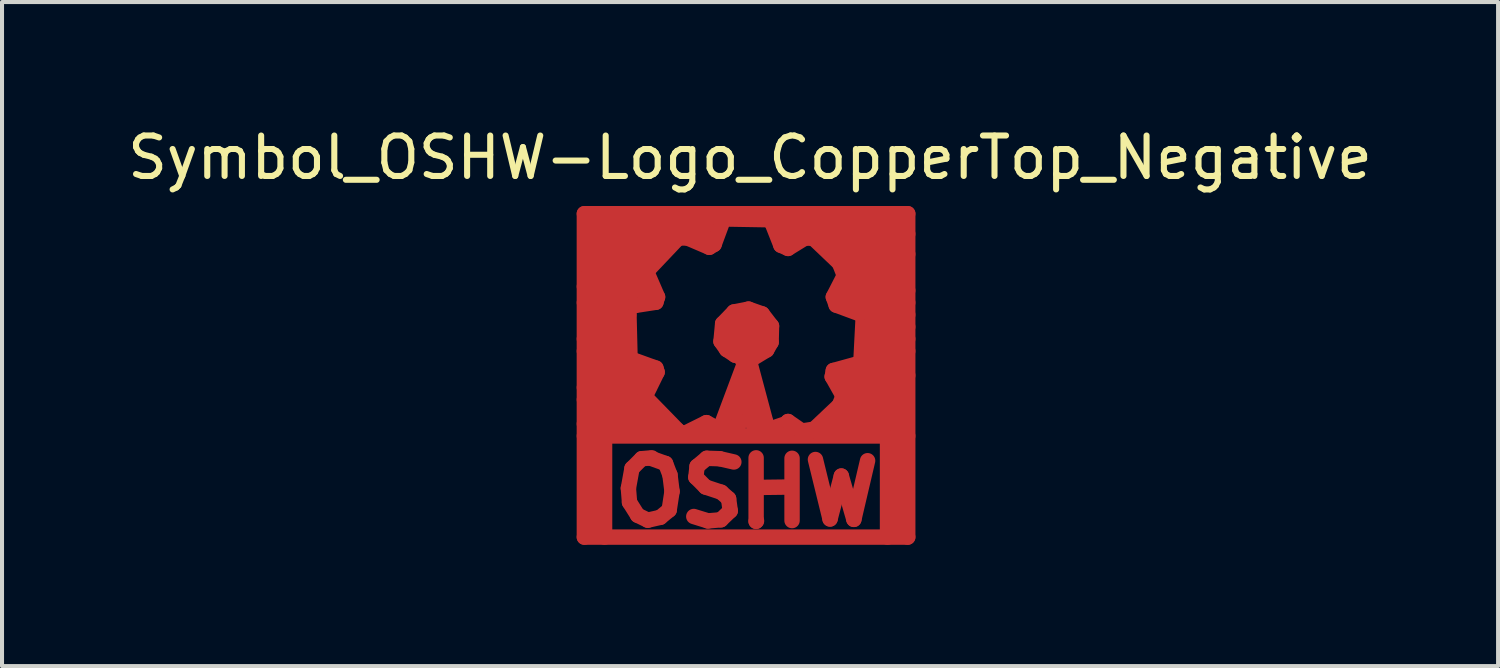
<source format=kicad_pcb>
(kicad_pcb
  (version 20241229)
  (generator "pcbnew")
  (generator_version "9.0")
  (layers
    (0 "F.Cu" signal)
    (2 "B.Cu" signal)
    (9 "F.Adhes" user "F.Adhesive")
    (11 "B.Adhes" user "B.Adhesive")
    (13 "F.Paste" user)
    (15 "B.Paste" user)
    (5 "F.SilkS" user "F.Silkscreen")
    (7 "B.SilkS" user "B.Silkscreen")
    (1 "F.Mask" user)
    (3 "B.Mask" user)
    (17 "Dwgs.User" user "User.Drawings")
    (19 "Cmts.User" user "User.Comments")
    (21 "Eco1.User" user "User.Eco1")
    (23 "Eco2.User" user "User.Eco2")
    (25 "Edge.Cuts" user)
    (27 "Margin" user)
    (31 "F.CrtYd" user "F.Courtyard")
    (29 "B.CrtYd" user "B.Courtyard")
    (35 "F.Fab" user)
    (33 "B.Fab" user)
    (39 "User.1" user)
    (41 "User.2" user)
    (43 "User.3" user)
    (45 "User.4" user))
  (footprint "Symbol_OSHW-Logo_CopperTop_Negative"
    (layer "F.Cu")
    (at 15.407 5.237)
    (property "Reference" "Symbol_OSHW-Logo_CopperTop_Negative" (at 0.099 -4.389 0) (layer "F.SilkS") (effects (font (size 1 1) (thickness 0.15))))
    (attr through_hole)
    (fp_line (start -4 -3) (end 4 -3) (stroke (width 0.381) (type solid)) (layer "F.Cu"))
    (fp_line (start -4 -1.199) (end -2.601 -1.199) (stroke (width 0.381) (type solid)) (layer "F.Cu"))
    (fp_line (start -4 -0.8) (end -2.499 -0.8) (stroke (width 0.381) (type solid)) (layer "F.Cu"))
    (fp_line (start -4 0.399) (end -3 0.399) (stroke (width 0.381) (type solid)) (layer "F.Cu"))
    (fp_line (start -4 1.6) (end -2.499 1.6) (stroke (width 0.381) (type solid)) (layer "F.Cu"))
    (fp_line (start -4 2.2) (end -1.999 2.2) (stroke (width 0.381) (type solid)) (layer "F.Cu"))
    (fp_line (start -4 2.499) (end 4 2.499) (stroke (width 0.381) (type solid)) (layer "F.Cu"))
    (fp_line (start -4 5.001) (end -4 -3) (stroke (width 0.381) (type solid)) (layer "F.Cu"))
    (fp_line (start -3.899 -2.4) (end -0.899 -2.4) (stroke (width 0.381) (type solid)) (layer "F.Cu"))
    (fp_line (start -3.899 -1.801) (end -2.499 -1.801) (stroke (width 0.381) (type solid)) (layer "F.Cu"))
    (fp_line (start -3.899 -0.201) (end -3 -0.201) (stroke (width 0.381) (type solid)) (layer "F.Cu"))
    (fp_line (start -3.899 1.001) (end -2.499 1.001) (stroke (width 0.381) (type solid)) (layer "F.Cu"))
    (fp_line (start -3.8 2.499) (end -3.8 4.801) (stroke (width 0.381) (type solid)) (layer "F.Cu"))
    (fp_line (start -3.5 2.499) (end -3.5 5.001) (stroke (width 0.381) (type solid)) (layer "F.Cu"))
    (fp_line (start -3 0.099) (end -4 0.099) (stroke (width 0.381) (type solid)) (layer "F.Cu"))
    (fp_line (start -2.911 3.792) (end -2.883 4.14) (stroke (width 0.381) (type solid)) (layer "F.Cu"))
    (fp_line (start -2.901 -0.671) (end -2.87 0.589) (stroke (width 0.381) (type solid)) (layer "F.Cu"))
    (fp_line (start -2.901 -0.5) (end -3.899 -0.5) (stroke (width 0.381) (type solid)) (layer "F.Cu"))
    (fp_line (start -2.883 4.14) (end -2.682 4.46) (stroke (width 0.381) (type solid)) (layer "F.Cu"))
    (fp_line (start -2.87 0.589) (end -2.23 0.82) (stroke (width 0.381) (type solid)) (layer "F.Cu"))
    (fp_line (start -2.822 3.302) (end -2.911 3.792) (stroke (width 0.381) (type solid)) (layer "F.Cu"))
    (fp_line (start -2.799 0.701) (end -3.899 0.701) (stroke (width 0.381) (type solid)) (layer "F.Cu"))
    (fp_line (start -2.751 -0.729) (end -2.901 -0.671) (stroke (width 0.381) (type solid)) (layer "F.Cu"))
    (fp_line (start -2.682 4.46) (end -2.431 4.582) (stroke (width 0.381) (type solid)) (layer "F.Cu"))
    (fp_line (start -2.581 3.061) (end -2.822 3.302) (stroke (width 0.381) (type solid)) (layer "F.Cu"))
    (fp_line (start -2.499 -1.501) (end -3.899 -1.501) (stroke (width 0.381) (type solid)) (layer "F.Cu"))
    (fp_line (start -2.499 1.529) (end -1.679 2.37) (stroke (width 0.381) (type solid)) (layer "F.Cu"))
    (fp_line (start -2.461 -1.57) (end -2.189 -0.94) (stroke (width 0.381) (type solid)) (layer "F.Cu"))
    (fp_line (start -2.431 4.582) (end -2.121 4.511) (stroke (width 0.381) (type solid)) (layer "F.Cu"))
    (fp_line (start -2.4 -1.1) (end -3.899 -1.1) (stroke (width 0.381) (type solid)) (layer "F.Cu"))
    (fp_line (start -2.4 1.3) (end -4 1.3) (stroke (width 0.381) (type solid)) (layer "F.Cu"))
    (fp_line (start -2.332 3.04) (end -2.581 3.061) (stroke (width 0.381) (type solid)) (layer "F.Cu"))
    (fp_line (start -2.301 1.9) (end -3.899 1.9) (stroke (width 0.381) (type solid)) (layer "F.Cu"))
    (fp_line (start -2.23 -0.81) (end -2.751 -0.729) (stroke (width 0.381) (type solid)) (layer "F.Cu"))
    (fp_line (start -2.23 0.82) (end -2.2 0.919) (stroke (width 0.381) (type solid)) (layer "F.Cu"))
    (fp_line (start -2.2 0.919) (end -2.499 1.529) (stroke (width 0.381) (type solid)) (layer "F.Cu"))
    (fp_line (start -2.189 -0.94) (end -2.23 -0.81) (stroke (width 0.381) (type solid)) (layer "F.Cu"))
    (fp_line (start -2.121 4.511) (end -1.902 4.331) (stroke (width 0.381) (type solid)) (layer "F.Cu"))
    (fp_line (start -1.999 -2.101) (end -3.8 -2.101) (stroke (width 0.381) (type solid)) (layer "F.Cu"))
    (fp_line (start -1.991 3.18) (end -2.352 3.051) (stroke (width 0.381) (type solid)) (layer "F.Cu"))
    (fp_line (start -1.902 4.331) (end -1.831 3.871) (stroke (width 0.381) (type solid)) (layer "F.Cu"))
    (fp_line (start -1.882 3.462) (end -1.991 3.18) (stroke (width 0.381) (type solid)) (layer "F.Cu"))
    (fp_line (start -1.831 3.871) (end -1.882 3.462) (stroke (width 0.381) (type solid)) (layer "F.Cu"))
    (fp_line (start -1.679 2.37) (end -1.57 2.461) (stroke (width 0.381) (type solid)) (layer "F.Cu"))
    (fp_line (start -1.61 -2.469) (end -2.461 -1.57) (stroke (width 0.381) (type solid)) (layer "F.Cu"))
    (fp_line (start -1.57 2.461) (end -0.98 2.169) (stroke (width 0.381) (type solid)) (layer "F.Cu"))
    (fp_line (start -1.242 3.52) (end -1.001 3.762) (stroke (width 0.381) (type solid)) (layer "F.Cu"))
    (fp_line (start -1.212 3.251) (end -1.242 3.52) (stroke (width 0.381) (type solid)) (layer "F.Cu"))
    (fp_line (start -1.001 3.762) (end -0.612 3.891) (stroke (width 0.381) (type solid)) (layer "F.Cu"))
    (fp_line (start -0.98 2.169) (end -0.719 2.309) (stroke (width 0.381) (type solid)) (layer "F.Cu"))
    (fp_line (start -0.973 3.051) (end -1.212 3.251) (stroke (width 0.381) (type solid)) (layer "F.Cu"))
    (fp_line (start -0.942 4.6) (end -1.293 4.491) (stroke (width 0.381) (type solid)) (layer "F.Cu"))
    (fp_line (start -0.909 -2.169) (end -1.61 -2.469) (stroke (width 0.381) (type solid)) (layer "F.Cu"))
    (fp_line (start -0.79 -2.24) (end -0.909 -2.169) (stroke (width 0.381) (type solid)) (layer "F.Cu"))
    (fp_line (start -0.719 2.309) (end -0.49 2.309) (stroke (width 0.381) (type solid)) (layer "F.Cu"))
    (fp_line (start -0.701 -2.7) (end -3.899 -2.7) (stroke (width 0.381) (type solid)) (layer "F.Cu"))
    (fp_line (start -0.653 3.061) (end -0.973 3.051) (stroke (width 0.381) (type solid)) (layer "F.Cu"))
    (fp_line (start -0.622 4.572) (end -0.942 4.6) (stroke (width 0.381) (type solid)) (layer "F.Cu"))
    (fp_line (start -0.62 0.16) (end -0.579 -0.279) (stroke (width 0.381) (type solid)) (layer "F.Cu"))
    (fp_line (start -0.612 3.891) (end -0.432 4.051) (stroke (width 0.381) (type solid)) (layer "F.Cu"))
    (fp_line (start -0.579 -0.279) (end -0.3 -0.569) (stroke (width 0.381) (type solid)) (layer "F.Cu"))
    (fp_line (start -0.541 -2.911) (end -0.79 -2.24) (stroke (width 0.381) (type solid)) (layer "F.Cu"))
    (fp_line (start -0.49 2.309) (end 0.051 0.8) (stroke (width 0.381) (type solid)) (layer "F.Cu"))
    (fp_line (start -0.48 0.361) (end -0.62 0.16) (stroke (width 0.381) (type solid)) (layer "F.Cu"))
    (fp_line (start -0.432 4.051) (end -0.391 4.351) (stroke (width 0.381) (type solid)) (layer "F.Cu"))
    (fp_line (start -0.399 -0.3) (end 0.399 -0.3) (stroke (width 0.381) (type solid)) (layer "F.Cu"))
    (fp_line (start -0.399 0.3) (end 0.399 0.3) (stroke (width 0.381) (type solid)) (layer "F.Cu"))
    (fp_line (start -0.391 4.351) (end -0.622 4.572) (stroke (width 0.381) (type solid)) (layer "F.Cu"))
    (fp_line (start -0.302 3.142) (end -0.653 3.061) (stroke (width 0.381) (type solid)) (layer "F.Cu"))
    (fp_line (start -0.3 -0.569) (end 0.061 -0.64) (stroke (width 0.381) (type solid)) (layer "F.Cu"))
    (fp_line (start -0.269 0.5) (end -0.48 0.361) (stroke (width 0.381) (type solid)) (layer "F.Cu"))
    (fp_line (start -0.191 0.49) (end -0.269 0.5) (stroke (width 0.381) (type solid)) (layer "F.Cu"))
    (fp_line (start -0.01 0.97) (end 0.559 2.339) (stroke (width 0.381) (type solid)) (layer "F.Cu"))
    (fp_line (start 0 0.599) (end -0.599 2.2) (stroke (width 0.381) (type solid)) (layer "F.Cu"))
    (fp_line (start 0 1.501) (end -0.201 2.301) (stroke (width 0.381) (type solid)) (layer "F.Cu"))
    (fp_line (start 0 1.6) (end 0.201 2.301) (stroke (width 0.381) (type solid)) (layer "F.Cu"))
    (fp_line (start 0.02 0.681) (end -0.01 0.97) (stroke (width 0.381) (type solid)) (layer "F.Cu"))
    (fp_line (start 0.051 0.8) (end -0.191 0.49) (stroke (width 0.381) (type solid)) (layer "F.Cu"))
    (fp_line (start 0.061 -0.64) (end 0.399 -0.521) (stroke (width 0.381) (type solid)) (layer "F.Cu"))
    (fp_line (start 0.099 0.701) (end 0.5 2.2) (stroke (width 0.381) (type solid)) (layer "F.Cu"))
    (fp_line (start 0.249 3.04) (end 0.249 4.61) (stroke (width 0.381) (type solid)) (layer "F.Cu"))
    (fp_line (start 0.249 4.61) (end 0.259 4.6) (stroke (width 0.381) (type solid)) (layer "F.Cu"))
    (fp_line (start 0.297 3.772) (end 1.087 3.762) (stroke (width 0.381) (type solid)) (layer "F.Cu"))
    (fp_line (start 0.399 -0.521) (end 0.63 -0.221) (stroke (width 0.381) (type solid)) (layer "F.Cu"))
    (fp_line (start 0.511 0.371) (end 0 0.681) (stroke (width 0.381) (type solid)) (layer "F.Cu"))
    (fp_line (start 0.559 2.339) (end 1.001 2.189) (stroke (width 0.381) (type solid)) (layer "F.Cu"))
    (fp_line (start 0.599 0) (end -0.399 0) (stroke (width 0.381) (type solid)) (layer "F.Cu"))
    (fp_line (start 0.62 -2.85) (end -0.551 -2.87) (stroke (width 0.381) (type solid)) (layer "F.Cu"))
    (fp_line (start 0.62 0.18) (end 0.511 0.371) (stroke (width 0.381) (type solid)) (layer "F.Cu"))
    (fp_line (start 0.63 -0.221) (end 0.62 0.18) (stroke (width 0.381) (type solid)) (layer "F.Cu"))
    (fp_line (start 0.64 -2.779) (end 0.62 -2.85) (stroke (width 0.381) (type solid)) (layer "F.Cu"))
    (fp_line (start 0.8 -2.7) (end 3.899 -2.7) (stroke (width 0.381) (type solid)) (layer "F.Cu"))
    (fp_line (start 0.861 -2.22) (end 0.64 -2.779) (stroke (width 0.381) (type solid)) (layer "F.Cu"))
    (fp_line (start 1.001 2.189) (end 1.039 2.141) (stroke (width 0.381) (type solid)) (layer "F.Cu"))
    (fp_line (start 1.039 -2.141) (end 0.861 -2.22) (stroke (width 0.381) (type solid)) (layer "F.Cu"))
    (fp_line (start 1.039 2.141) (end 1.43 2.41) (stroke (width 0.381) (type solid)) (layer "F.Cu"))
    (fp_line (start 1.087 3.762) (end 1.097 3.772) (stroke (width 0.381) (type solid)) (layer "F.Cu"))
    (fp_line (start 1.097 3.772) (end 1.097 3.762) (stroke (width 0.381) (type solid)) (layer "F.Cu"))
    (fp_line (start 1.138 3.051) (end 1.138 4.592) (stroke (width 0.381) (type solid)) (layer "F.Cu"))
    (fp_line (start 1.42 2.37) (end 1.621 2.339) (stroke (width 0.381) (type solid)) (layer "F.Cu"))
    (fp_line (start 1.46 -2.4) (end 1.039 -2.141) (stroke (width 0.381) (type solid)) (layer "F.Cu"))
    (fp_line (start 1.631 2.38) (end 2.309 1.74) (stroke (width 0.381) (type solid)) (layer "F.Cu"))
    (fp_line (start 1.669 -2.39) (end 1.46 -2.4) (stroke (width 0.381) (type solid)) (layer "F.Cu"))
    (fp_line (start 1.717 3.081) (end 2.078 4.552) (stroke (width 0.381) (type solid)) (layer "F.Cu"))
    (fp_line (start 1.999 -2.2) (end 3.899 -2.2) (stroke (width 0.381) (type solid)) (layer "F.Cu"))
    (fp_line (start 2.078 4.552) (end 2.357 3.49) (stroke (width 0.381) (type solid)) (layer "F.Cu"))
    (fp_line (start 2.101 2.2) (end 3.8 2.2) (stroke (width 0.381) (type solid)) (layer "F.Cu"))
    (fp_line (start 2.131 1.031) (end 2.159 0.879) (stroke (width 0.381) (type solid)) (layer "F.Cu"))
    (fp_line (start 2.159 -0.94) (end 2.431 -1.471) (stroke (width 0.381) (type solid)) (layer "F.Cu"))
    (fp_line (start 2.159 0.879) (end 2.84 0.691) (stroke (width 0.381) (type solid)) (layer "F.Cu"))
    (fp_line (start 2.23 -0.739) (end 2.159 -0.94) (stroke (width 0.381) (type solid)) (layer "F.Cu"))
    (fp_line (start 2.301 -1.1) (end 4 -1.1) (stroke (width 0.381) (type solid)) (layer "F.Cu"))
    (fp_line (start 2.309 -1.781) (end 1.669 -2.39) (stroke (width 0.381) (type solid)) (layer "F.Cu"))
    (fp_line (start 2.309 1.74) (end 2.4 1.509) (stroke (width 0.381) (type solid)) (layer "F.Cu"))
    (fp_line (start 2.357 3.49) (end 2.667 4.562) (stroke (width 0.381) (type solid)) (layer "F.Cu"))
    (fp_line (start 2.4 1.3) (end 3.899 1.3) (stroke (width 0.381) (type solid)) (layer "F.Cu"))
    (fp_line (start 2.4 1.509) (end 2.131 1.031) (stroke (width 0.381) (type solid)) (layer "F.Cu"))
    (fp_line (start 2.4 1.6) (end 3.8 1.6) (stroke (width 0.381) (type solid)) (layer "F.Cu"))
    (fp_line (start 2.431 -1.471) (end 2.309 -1.781) (stroke (width 0.381) (type solid)) (layer "F.Cu"))
    (fp_line (start 2.499 -1.699) (end 3.899 -1.699) (stroke (width 0.381) (type solid)) (layer "F.Cu"))
    (fp_line (start 2.667 4.562) (end 3.007 3.111) (stroke (width 0.381) (type solid)) (layer "F.Cu"))
    (fp_line (start 2.799 0.701) (end 3.899 0.701) (stroke (width 0.381) (type solid)) (layer "F.Cu"))
    (fp_line (start 2.84 0.691) (end 2.901 -0.49) (stroke (width 0.381) (type solid)) (layer "F.Cu"))
    (fp_line (start 2.901 -0.5) (end 4 -0.5) (stroke (width 0.381) (type solid)) (layer "F.Cu"))
    (fp_line (start 2.901 -0.49) (end 2.23 -0.739) (stroke (width 0.381) (type solid)) (layer "F.Cu"))
    (fp_line (start 2.901 0.099) (end 4 0.099) (stroke (width 0.381) (type solid)) (layer "F.Cu"))
    (fp_line (start 3.5 2.499) (end 3.5 5.001) (stroke (width 0.381) (type solid)) (layer "F.Cu"))
    (fp_line (start 3.701 2.499) (end 3.8 4.801) (stroke (width 0.381) (type solid)) (layer "F.Cu"))
    (fp_line (start 3.899 -1.4) (end 2.601 -1.4) (stroke (width 0.381) (type solid)) (layer "F.Cu"))
    (fp_line (start 3.899 1.9) (end 2.4 1.9) (stroke (width 0.381) (type solid)) (layer "F.Cu"))
    (fp_line (start 4 -3) (end 4 5.001) (stroke (width 0.381) (type solid)) (layer "F.Cu"))
    (fp_line (start 4 -2.499) (end 0.899 -2.499) (stroke (width 0.381) (type solid)) (layer "F.Cu"))
    (fp_line (start 4 -1.999) (end 2.301 -1.999) (stroke (width 0.381) (type solid)) (layer "F.Cu"))
    (fp_line (start 4 -0.8) (end 2.4 -0.8) (stroke (width 0.381) (type solid)) (layer "F.Cu"))
    (fp_line (start 4 -0.201) (end 3 -0.201) (stroke (width 0.381) (type solid)) (layer "F.Cu"))
    (fp_line (start 4 0.399) (end 2.901 0.399) (stroke (width 0.381) (type solid)) (layer "F.Cu"))
    (fp_line (start 4 1.001) (end 2.301 1.001) (stroke (width 0.381) (type solid)) (layer "F.Cu"))
    (fp_line (start 4 5.001) (end -4 5.001) (stroke (width 0.381) (type solid)) (layer "F.Cu")))
  (gr_rect
    (start -3 -3)
    (end 34.012 13.429)
    (stroke (width 0.1) (type default))
    (fill no)
    (layer "Edge.Cuts")))
</source>
